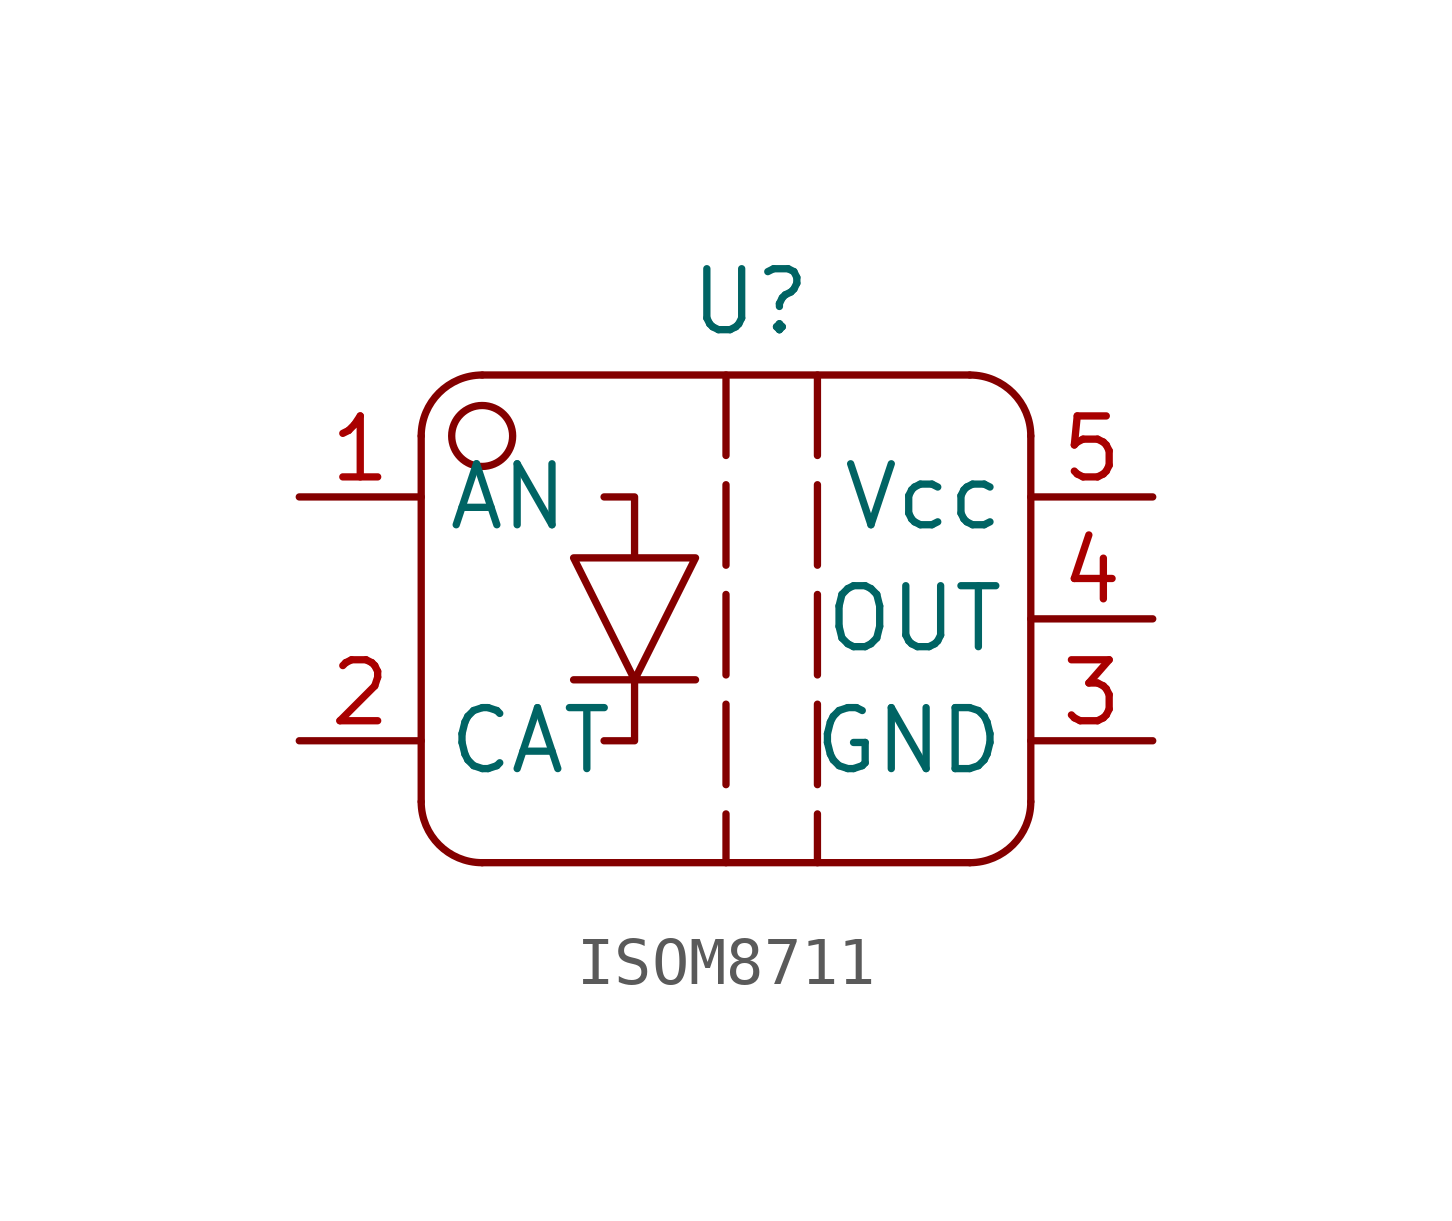
<source format=kicad_sym>
(kicad_symbol_lib
  (version 20231120)
  (generator "kicad_symbol_editor")
  (generator_version "8.0")
  (symbol "ISOM8711"
    (property "Reference" "U"
      (at -0.762 4.064 0)
      (effects (font (size 1.27 1.27))))
    (property "Value" ""
      (at 0 0 0)
      (effects (font (size 1.27 1.27))))
    (symbol "ISOM8711_0_1"
      (polyline (pts (xy -3.81 0) (xy -3.175 0) (xy -3.175 -1.27) (xy -4.445 -1.27) (xy -1.905 -1.27) (xy -3.175 -3.81) (xy -4.445 -1.27) (xy -3.175 -3.81) (xy -4.445 -3.81) (xy -1.905 -3.81) (xy -3.175 -3.81) (xy -3.175 -5.08) (xy -3.175 -5.08) (xy -3.81 -5.08)) (stroke (width 0) (type default)) (fill (type none))))
    (symbol "ISOM8711_1_1"
      (arc (start -7.6201 -6.3501) (mid -7.2481 -7.2481) (end -6.3501 -7.6201) (stroke (width 0) (type default)) (fill (type none)))
      (circle (center -6.35 1.27) (radius 0.635) (stroke (width 0) (type default)) (fill (type none)))
      (arc (start -6.35 2.54) (mid -7.248 2.168) (end -7.62 1.27) (stroke (width 0) (type default)) (fill (type none)))
      (polyline (pts (xy -7.62 1.27) (xy -7.62 -6.35)) (stroke (width 0) (type default)) (fill (type none)))
      (polyline (pts (xy -6.35 -7.62) (xy 3.81 -7.62)) (stroke (width 0) (type default)) (fill (type none)))
      (polyline (pts (xy -1.27 2.54) (xy -1.27 -7.62)) (stroke (width 0) (type dash)) (fill (type none)))
      (polyline (pts (xy 0.635 2.54) (xy 0.635 -7.62)) (stroke (width 0) (type dash)) (fill (type none)))
      (polyline (pts (xy 3.81 2.54) (xy -6.35 2.54)) (stroke (width 0) (type default)) (fill (type none)))
      (polyline (pts (xy 5.08 -6.35) (xy 5.08 1.27)) (stroke (width 0) (type default)) (fill (type none)))
      (arc (start 3.8101 -7.6201) (mid 4.7081 -7.2481) (end 5.0801 -6.3501) (stroke (width 0) (type default)) (fill (type none)))
      (arc (start 5.08 1.27) (mid 4.708 2.168) (end 3.81 2.54) (stroke (width 0) (type default)) (fill (type none)))
      (pin input line (at -10.16 0 0) (length 2.54) (name "AN" (effects (font (size 1.27 1.27)))) (number "1" (effects (font (size 1.27 1.27)))))
      (pin input line (at -10.16 -5.08 0) (length 2.54) (name "CAT" (effects (font (size 1.27 1.27)))) (number "2" (effects (font (size 1.27 1.27)))))
      (pin input line (at 7.62 -5.08 180) (length 2.54) (name "GND" (effects (font (size 1.27 1.27)))) (number "3" (effects (font (size 1.27 1.27)))))
      (pin input line (at 7.62 -2.54 180) (length 2.54) (name "OUT" (effects (font (size 1.27 1.27)))) (number "4" (effects (font (size 1.27 1.27)))))
      (pin input line (at 7.62 0 180) (length 2.54) (name "Vcc" (effects (font (size 1.27 1.27)))) (number "5" (effects (font (size 1.27 1.27))))))))
</source>
